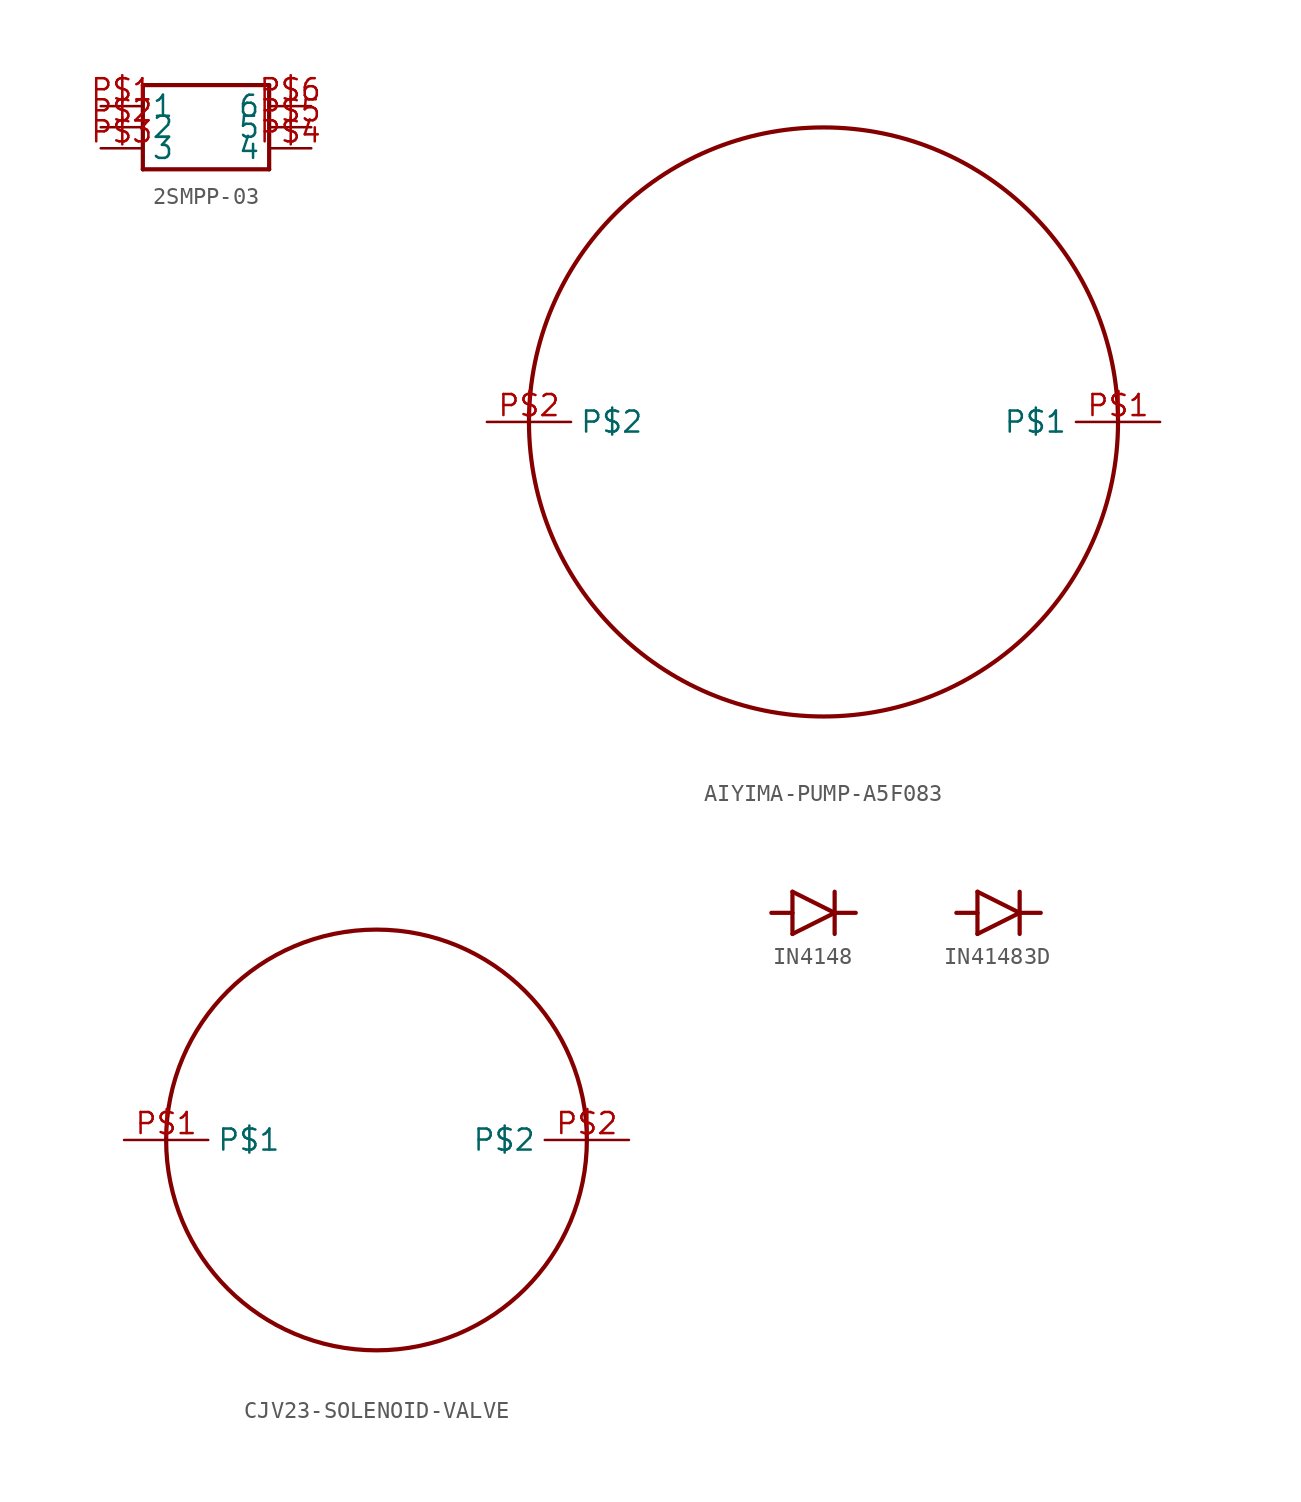
<source format=kicad_sym>
(kicad_symbol_lib
  (version 20241209)
  (generator "kicad_symbol_editor")
  (generator_version "9.0")
  (symbol "2SMPP-03"
    (property "Reference" ""
      (at 0 0 0)
      (effects (font (size 1.27 1.27)) (hide yes)))
    (property "ki_locked" ""
      (at 0 0 0)
      (effects (font (size 1.27 1.27))))
    (symbol "2SMPP-03_1_0"
      (polyline (pts (xy -3.81 2.54) (xy -3.81 -2.54)) (stroke (width 0.254) (type solid)) (fill (type none)))
      (polyline (pts (xy -3.81 -2.54) (xy 3.81 -2.54)) (stroke (width 0.254) (type solid)) (fill (type none)))
      (polyline (pts (xy 3.81 2.54) (xy -3.81 2.54)) (stroke (width 0.254) (type solid)) (fill (type none)))
      (polyline (pts (xy 3.81 -2.54) (xy 3.81 2.54)) (stroke (width 0.254) (type solid)) (fill (type none)))
      (pin bidirectional line (at -6.35 1.27 0) (length 2.54) (name "1" (effects (font (size 1.27 1.27)))) (number "P$1" (effects (font (size 1.27 1.27)))))
      (pin bidirectional line (at -6.35 0 0) (length 2.54) (name "2" (effects (font (size 1.27 1.27)))) (number "P$2" (effects (font (size 1.27 1.27)))))
      (pin bidirectional line (at -6.35 -1.27 0) (length 2.54) (name "3" (effects (font (size 1.27 1.27)))) (number "P$3" (effects (font (size 1.27 1.27)))))
      (pin bidirectional line (at 6.35 1.27 180) (length 2.54) (name "6" (effects (font (size 1.27 1.27)))) (number "P$6" (effects (font (size 1.27 1.27)))))
      (pin bidirectional line (at 6.35 0 180) (length 2.54) (name "5" (effects (font (size 1.27 1.27)))) (number "P$5" (effects (font (size 1.27 1.27)))))
      (pin bidirectional line (at 6.35 -1.27 180) (length 2.54) (name "4" (effects (font (size 1.27 1.27)))) (number "P$4" (effects (font (size 1.27 1.27)))))))
  (symbol "AIYIMA-PUMP-A5F083"
    (property "Reference" ""
      (at 0 0 0)
      (effects (font (size 1.27 1.27)) (hide yes)))
    (property "ki_locked" ""
      (at 0 0 0)
      (effects (font (size 1.27 1.27))))
    (symbol "AIYIMA-PUMP-A5F083_1_0"
      (circle (center 0 0) (radius 17.78) (stroke (width 0.254) (type solid)) (fill (type none)))
      (pin bidirectional line (at -20.32 0 0) (length 5.08) (name "P$2" (effects (font (size 1.27 1.27)))) (number "P$2" (effects (font (size 1.27 1.27)))))
      (pin bidirectional line (at 20.32 0 180) (length 5.08) (name "P$1" (effects (font (size 1.27 1.27)))) (number "P$1" (effects (font (size 1.27 1.27)))))))
  (symbol "CJV23-SOLENOID-VALVE"
    (property "Reference" ""
      (at 0 0 0)
      (effects (font (size 1.27 1.27)) (hide yes)))
    (property "ki_locked" ""
      (at 0 0 0)
      (effects (font (size 1.27 1.27))))
    (symbol "CJV23-SOLENOID-VALVE_1_0"
      (circle (center 0 0) (radius 12.7) (stroke (width 0.254) (type solid)) (fill (type none)))
      (pin bidirectional line (at -15.24 0 0) (length 5.08) (name "P$1" (effects (font (size 1.27 1.27)))) (number "P$1" (effects (font (size 1.27 1.27)))))
      (pin bidirectional line (at 15.24 0 180) (length 5.08) (name "P$2" (effects (font (size 1.27 1.27)))) (number "P$2" (effects (font (size 1.27 1.27)))))))
  (symbol "IN4148"
    (property "Reference" ""
      (at 0 0 0)
      (effects (font (size 1.27 1.27)) (hide yes)))
    (property "ki_locked" ""
      (at 0 0 0)
      (effects (font (size 1.27 1.27))))
    (symbol "IN4148_1_0"
      (polyline (pts (xy -2.54 0) (xy -1.27 0)) (stroke (width 0.254) (type solid)) (fill (type none)))
      (polyline (pts (xy -1.27 -1.27) (xy -1.27 1.27)) (stroke (width 0.254) (type solid)) (fill (type none)))
      (polyline (pts (xy -1.27 -1.27) (xy 1.27 0)) (stroke (width 0.254) (type solid)) (fill (type none)))
      (polyline (pts (xy 1.27 1.27) (xy 1.27 0)) (stroke (width 0.254) (type solid)) (fill (type none)))
      (polyline (pts (xy 1.27 0) (xy -1.27 1.27)) (stroke (width 0.254) (type solid)) (fill (type none)))
      (polyline (pts (xy 1.27 0) (xy 1.27 -1.27)) (stroke (width 0.254) (type solid)) (fill (type none)))
      (polyline (pts (xy 2.54 0) (xy 1.27 0)) (stroke (width 0.254) (type solid)) (fill (type none)))
      (pin bidirectional line (at -2.54 0 180) (length 0) (name "P$2" (effects (font (size 0 0)))) (number "A" (effects (font (size 0 0)))))
      (pin bidirectional line (at 2.54 0 180) (length 0) (name "P$1" (effects (font (size 0 0)))) (number "C" (effects (font (size 0 0)))))))
  (symbol "IN41483D"
    (property "Reference" ""
      (at 0 0 0)
      (effects (font (size 1.27 1.27)) (hide yes)))
    (property "ki_locked" ""
      (at 0 0 0)
      (effects (font (size 1.27 1.27))))
    (symbol "IN41483D_1_0"
      (polyline (pts (xy -2.54 0) (xy -1.27 0)) (stroke (width 0.254) (type solid)) (fill (type none)))
      (polyline (pts (xy -1.27 -1.27) (xy -1.27 1.27)) (stroke (width 0.254) (type solid)) (fill (type none)))
      (polyline (pts (xy -1.27 -1.27) (xy 1.27 0)) (stroke (width 0.254) (type solid)) (fill (type none)))
      (polyline (pts (xy 1.27 1.27) (xy 1.27 0)) (stroke (width 0.254) (type solid)) (fill (type none)))
      (polyline (pts (xy 1.27 0) (xy -1.27 1.27)) (stroke (width 0.254) (type solid)) (fill (type none)))
      (polyline (pts (xy 1.27 0) (xy 1.27 -1.27)) (stroke (width 0.254) (type solid)) (fill (type none)))
      (polyline (pts (xy 2.54 0) (xy 1.27 0)) (stroke (width 0.254) (type solid)) (fill (type none)))
      (pin bidirectional line (at -2.54 0 180) (length 0) (name "P$2" (effects (font (size 0 0)))) (number "2" (effects (font (size 0 0)))))
      (pin bidirectional line (at 2.54 0 180) (length 0) (name "P$1" (effects (font (size 0 0)))) (number "1" (effects (font (size 0 0))))))))
</source>
